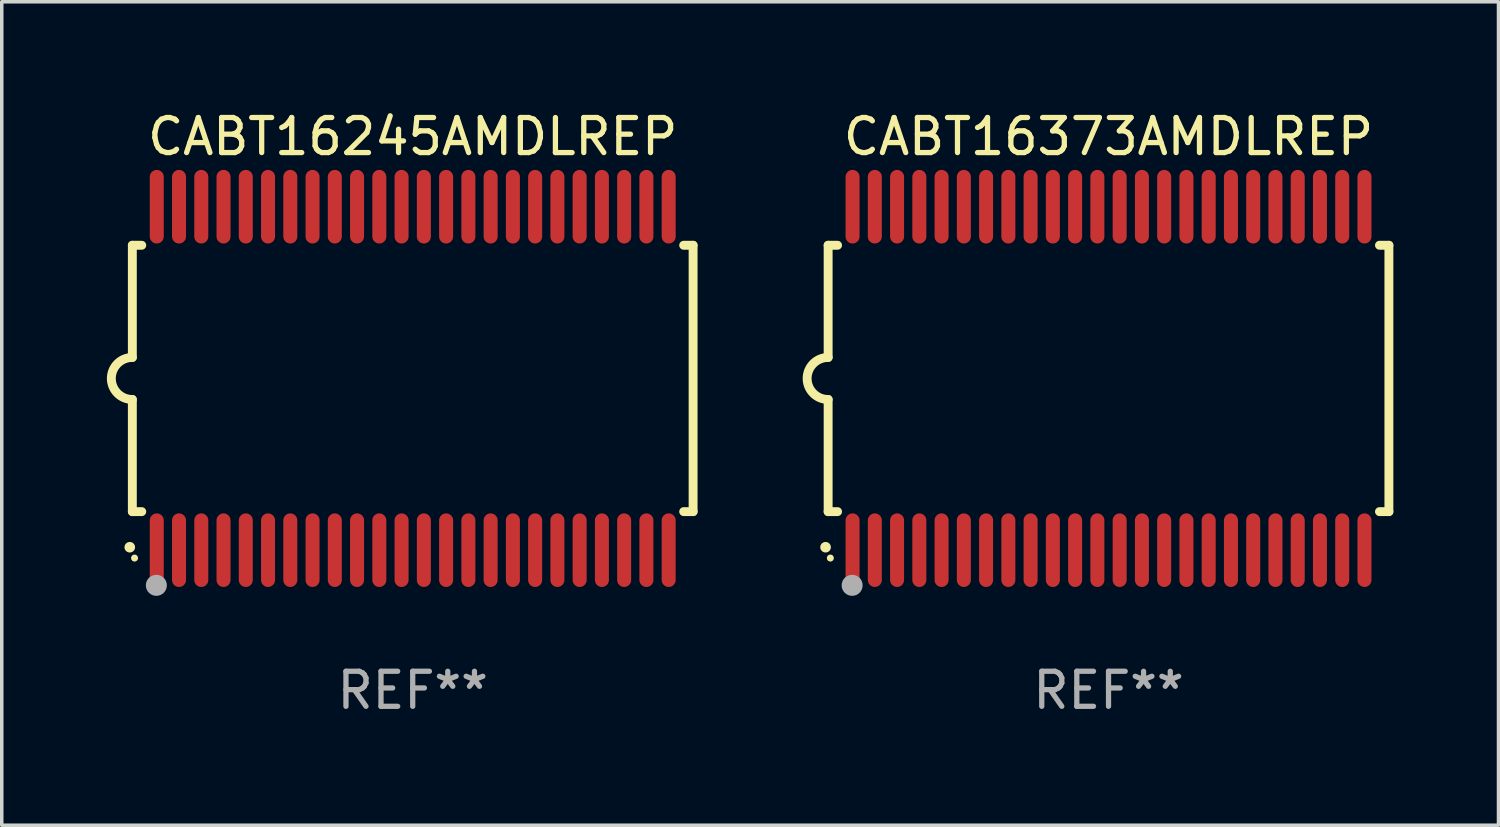
<source format=kicad_pcb>
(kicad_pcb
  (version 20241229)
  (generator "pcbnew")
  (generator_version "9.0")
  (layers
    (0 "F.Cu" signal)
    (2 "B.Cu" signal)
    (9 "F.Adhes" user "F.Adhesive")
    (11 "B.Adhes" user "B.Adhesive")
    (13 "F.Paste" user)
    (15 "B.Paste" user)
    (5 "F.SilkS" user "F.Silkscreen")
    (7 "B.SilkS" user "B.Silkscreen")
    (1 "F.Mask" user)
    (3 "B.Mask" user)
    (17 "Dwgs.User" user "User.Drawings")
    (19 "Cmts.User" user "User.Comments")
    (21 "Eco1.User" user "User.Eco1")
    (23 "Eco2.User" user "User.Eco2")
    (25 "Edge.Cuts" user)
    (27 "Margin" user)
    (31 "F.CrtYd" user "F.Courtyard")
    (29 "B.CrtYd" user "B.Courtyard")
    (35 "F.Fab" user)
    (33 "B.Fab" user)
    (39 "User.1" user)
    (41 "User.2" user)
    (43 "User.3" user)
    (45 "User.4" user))
  (footprint "CABT16245AMDLREP"
    (layer "F.Cu")
    (at 8.726 7.748)
    (property "Reference" "CABT16245AMDLREP" (at 0 -6.9 0) (layer "F.SilkS") (effects (font (size 1 1) (thickness 0.15))))
    (attr through_hole)
    (fp_line (start -8 -3.8) (end -8 -0.599) (stroke (width 0.254) (type solid)) (layer "F.SilkS"))
    (fp_line (start -8 -3.8) (end -7.731 -3.8) (stroke (width 0.254) (type solid)) (layer "F.SilkS"))
    (fp_line (start -8 3.8) (end -8 0.599) (stroke (width 0.254) (type solid)) (layer "F.SilkS"))
    (fp_line (start -7.731 3.8) (end -8 3.8) (stroke (width 0.254) (type solid)) (layer "F.SilkS"))
    (fp_line (start 7.731 -3.8) (end 8 -3.8) (stroke (width 0.254) (type solid)) (layer "F.SilkS"))
    (fp_line (start 8 -3.8) (end 8 3.8) (stroke (width 0.254) (type solid)) (layer "F.SilkS"))
    (fp_line (start 8 3.8) (end 7.731 3.8) (stroke (width 0.254) (type solid)) (layer "F.SilkS"))
    (fp_arc (start -8.074676 4.81585) (mid -8.073406 4.815845) (end -8.072136 4.81585) (stroke (width 0.3) (type solid)) (layer "F.SilkS"))
    (fp_arc (start -8.000025 0.6) (mid -8.598908 0.00056) (end -8.000027 -0.598882) (stroke (width 0.254001) (type solid)) (layer "F.SilkS"))
    (fp_circle (center -7.937 5.125) (end -7.887 5.125) (stroke (width 0.1) (type solid)) (fill no) (layer "F.SilkS"))
    (fp_circle (center -7.315 5.903) (end -7.165 5.903) (stroke (width 0.3) (type solid)) (fill no) (layer "F.Fab"))
    (fp_text user "REF**" (at 0 8.9 0) (layer "F.Fab") (effects (font (size 1 1) (thickness 0.15))))
    (pad "1" smd oval (at -7.303 4.9) (size 0.4 2.1) (layers "F.Cu" "F.Mask" "F.Paste"))
    (pad "2" smd oval (at -6.668 4.9) (size 0.4 2.1) (layers "F.Cu" "F.Mask" "F.Paste"))
    (pad "3" smd oval (at -6.033 4.9) (size 0.4 2.1) (layers "F.Cu" "F.Mask" "F.Paste"))
    (pad "4" smd oval (at -5.398 4.9) (size 0.4 2.1) (layers "F.Cu" "F.Mask" "F.Paste"))
    (pad "5" smd oval (at -4.763 4.9) (size 0.4 2.1) (layers "F.Cu" "F.Mask" "F.Paste"))
    (pad "6" smd oval (at -4.128 4.9) (size 0.4 2.1) (layers "F.Cu" "F.Mask" "F.Paste"))
    (pad "7" smd oval (at -3.493 4.9) (size 0.4 2.1) (layers "F.Cu" "F.Mask" "F.Paste"))
    (pad "8" smd oval (at -2.858 4.9) (size 0.4 2.1) (layers "F.Cu" "F.Mask" "F.Paste"))
    (pad "9" smd oval (at -2.223 4.9) (size 0.4 2.1) (layers "F.Cu" "F.Mask" "F.Paste"))
    (pad "10" smd oval (at -1.588 4.9) (size 0.4 2.1) (layers "F.Cu" "F.Mask" "F.Paste"))
    (pad "11" smd oval (at -0.953 4.9) (size 0.4 2.1) (layers "F.Cu" "F.Mask" "F.Paste"))
    (pad "12" smd oval (at -0.318 4.9) (size 0.4 2.1) (layers "F.Cu" "F.Mask" "F.Paste"))
    (pad "13" smd oval (at 0.318 4.9) (size 0.4 2.1) (layers "F.Cu" "F.Mask" "F.Paste"))
    (pad "14" smd oval (at 0.953 4.9) (size 0.4 2.1) (layers "F.Cu" "F.Mask" "F.Paste"))
    (pad "15" smd oval (at 1.588 4.9) (size 0.4 2.1) (layers "F.Cu" "F.Mask" "F.Paste"))
    (pad "16" smd oval (at 2.223 4.9) (size 0.4 2.1) (layers "F.Cu" "F.Mask" "F.Paste"))
    (pad "17" smd oval (at 2.858 4.9) (size 0.4 2.1) (layers "F.Cu" "F.Mask" "F.Paste"))
    (pad "18" smd oval (at 3.493 4.9) (size 0.4 2.1) (layers "F.Cu" "F.Mask" "F.Paste"))
    (pad "19" smd oval (at 4.128 4.9) (size 0.4 2.1) (layers "F.Cu" "F.Mask" "F.Paste"))
    (pad "20" smd oval (at 4.763 4.9) (size 0.4 2.1) (layers "F.Cu" "F.Mask" "F.Paste"))
    (pad "21" smd oval (at 5.398 4.9) (size 0.4 2.1) (layers "F.Cu" "F.Mask" "F.Paste"))
    (pad "22" smd oval (at 6.033 4.9) (size 0.4 2.1) (layers "F.Cu" "F.Mask" "F.Paste"))
    (pad "23" smd oval (at 6.668 4.9) (size 0.4 2.1) (layers "F.Cu" "F.Mask" "F.Paste"))
    (pad "24" smd oval (at 7.303 4.9) (size 0.4 2.1) (layers "F.Cu" "F.Mask" "F.Paste"))
    (pad "25" smd oval (at 7.303 -4.9 180) (size 0.4 2.1) (layers "F.Cu" "F.Mask" "F.Paste"))
    (pad "26" smd oval (at 6.668 -4.9 180) (size 0.4 2.1) (layers "F.Cu" "F.Mask" "F.Paste"))
    (pad "27" smd oval (at 6.033 -4.9 180) (size 0.4 2.1) (layers "F.Cu" "F.Mask" "F.Paste"))
    (pad "28" smd oval (at 5.398 -4.9 180) (size 0.4 2.1) (layers "F.Cu" "F.Mask" "F.Paste"))
    (pad "29" smd oval (at 4.763 -4.9 180) (size 0.4 2.1) (layers "F.Cu" "F.Mask" "F.Paste"))
    (pad "30" smd oval (at 4.128 -4.9 180) (size 0.4 2.1) (layers "F.Cu" "F.Mask" "F.Paste"))
    (pad "31" smd oval (at 3.493 -4.9 180) (size 0.4 2.1) (layers "F.Cu" "F.Mask" "F.Paste"))
    (pad "32" smd oval (at 2.858 -4.9 180) (size 0.4 2.1) (layers "F.Cu" "F.Mask" "F.Paste"))
    (pad "33" smd oval (at 2.223 -4.9 180) (size 0.4 2.1) (layers "F.Cu" "F.Mask" "F.Paste"))
    (pad "34" smd oval (at 1.588 -4.9 180) (size 0.4 2.1) (layers "F.Cu" "F.Mask" "F.Paste"))
    (pad "35" smd oval (at 0.953 -4.9 180) (size 0.4 2.1) (layers "F.Cu" "F.Mask" "F.Paste"))
    (pad "36" smd oval (at 0.318 -4.9 180) (size 0.4 2.1) (layers "F.Cu" "F.Mask" "F.Paste"))
    (pad "37" smd oval (at -0.318 -4.9 180) (size 0.4 2.1) (layers "F.Cu" "F.Mask" "F.Paste"))
    (pad "38" smd oval (at -0.953 -4.9 180) (size 0.4 2.1) (layers "F.Cu" "F.Mask" "F.Paste"))
    (pad "39" smd oval (at -1.588 -4.9 180) (size 0.4 2.1) (layers "F.Cu" "F.Mask" "F.Paste"))
    (pad "40" smd oval (at -2.223 -4.9 180) (size 0.4 2.1) (layers "F.Cu" "F.Mask" "F.Paste"))
    (pad "41" smd oval (at -2.858 -4.9 180) (size 0.4 2.1) (layers "F.Cu" "F.Mask" "F.Paste"))
    (pad "42" smd oval (at -3.493 -4.9 180) (size 0.4 2.1) (layers "F.Cu" "F.Mask" "F.Paste"))
    (pad "43" smd oval (at -4.128 -4.9 180) (size 0.4 2.1) (layers "F.Cu" "F.Mask" "F.Paste"))
    (pad "44" smd oval (at -4.763 -4.9 180) (size 0.4 2.1) (layers "F.Cu" "F.Mask" "F.Paste"))
    (pad "45" smd oval (at -5.398 -4.9 180) (size 0.4 2.1) (layers "F.Cu" "F.Mask" "F.Paste"))
    (pad "46" smd oval (at -6.033 -4.9 180) (size 0.4 2.1) (layers "F.Cu" "F.Mask" "F.Paste"))
    (pad "47" smd oval (at -6.668 -4.9 180) (size 0.4 2.1) (layers "F.Cu" "F.Mask" "F.Paste"))
    (pad "48" smd oval (at -7.303 -4.9 180) (size 0.4 2.1) (layers "F.Cu" "F.Mask" "F.Paste")))
  (footprint "CABT16373AMDLREP"
    (layer "F.Cu")
    (at 28.579 7.748)
    (property "Reference" "CABT16373AMDLREP" (at 0 -6.9 0) (layer "F.SilkS") (effects (font (size 1 1) (thickness 0.15))))
    (attr through_hole)
    (fp_line (start -8 -3.8) (end -8 -0.599) (stroke (width 0.254) (type solid)) (layer "F.SilkS"))
    (fp_line (start -8 -3.8) (end -7.731 -3.8) (stroke (width 0.254) (type solid)) (layer "F.SilkS"))
    (fp_line (start -8 3.8) (end -8 0.599) (stroke (width 0.254) (type solid)) (layer "F.SilkS"))
    (fp_line (start -7.731 3.8) (end -8 3.8) (stroke (width 0.254) (type solid)) (layer "F.SilkS"))
    (fp_line (start 7.731 -3.8) (end 8 -3.8) (stroke (width 0.254) (type solid)) (layer "F.SilkS"))
    (fp_line (start 8 -3.8) (end 8 3.8) (stroke (width 0.254) (type solid)) (layer "F.SilkS"))
    (fp_line (start 8 3.8) (end 7.731 3.8) (stroke (width 0.254) (type solid)) (layer "F.SilkS"))
    (fp_arc (start -8.074676 4.81585) (mid -8.073406 4.815845) (end -8.072136 4.81585) (stroke (width 0.3) (type solid)) (layer "F.SilkS"))
    (fp_arc (start -8.000025 0.6) (mid -8.598908 0.00056) (end -8.000027 -0.598882) (stroke (width 0.254001) (type solid)) (layer "F.SilkS"))
    (fp_circle (center -7.937 5.125) (end -7.887 5.125) (stroke (width 0.1) (type solid)) (fill no) (layer "F.SilkS"))
    (fp_circle (center -7.315 5.903) (end -7.165 5.903) (stroke (width 0.3) (type solid)) (fill no) (layer "F.Fab"))
    (fp_text user "REF**" (at 0 8.9 0) (layer "F.Fab") (effects (font (size 1 1) (thickness 0.15))))
    (pad "1" smd oval (at -7.303 4.9) (size 0.4 2.1) (layers "F.Cu" "F.Mask" "F.Paste"))
    (pad "2" smd oval (at -6.668 4.9) (size 0.4 2.1) (layers "F.Cu" "F.Mask" "F.Paste"))
    (pad "3" smd oval (at -6.033 4.9) (size 0.4 2.1) (layers "F.Cu" "F.Mask" "F.Paste"))
    (pad "4" smd oval (at -5.398 4.9) (size 0.4 2.1) (layers "F.Cu" "F.Mask" "F.Paste"))
    (pad "5" smd oval (at -4.763 4.9) (size 0.4 2.1) (layers "F.Cu" "F.Mask" "F.Paste"))
    (pad "6" smd oval (at -4.128 4.9) (size 0.4 2.1) (layers "F.Cu" "F.Mask" "F.Paste"))
    (pad "7" smd oval (at -3.493 4.9) (size 0.4 2.1) (layers "F.Cu" "F.Mask" "F.Paste"))
    (pad "8" smd oval (at -2.858 4.9) (size 0.4 2.1) (layers "F.Cu" "F.Mask" "F.Paste"))
    (pad "9" smd oval (at -2.223 4.9) (size 0.4 2.1) (layers "F.Cu" "F.Mask" "F.Paste"))
    (pad "10" smd oval (at -1.588 4.9) (size 0.4 2.1) (layers "F.Cu" "F.Mask" "F.Paste"))
    (pad "11" smd oval (at -0.953 4.9) (size 0.4 2.1) (layers "F.Cu" "F.Mask" "F.Paste"))
    (pad "12" smd oval (at -0.318 4.9) (size 0.4 2.1) (layers "F.Cu" "F.Mask" "F.Paste"))
    (pad "13" smd oval (at 0.318 4.9) (size 0.4 2.1) (layers "F.Cu" "F.Mask" "F.Paste"))
    (pad "14" smd oval (at 0.953 4.9) (size 0.4 2.1) (layers "F.Cu" "F.Mask" "F.Paste"))
    (pad "15" smd oval (at 1.588 4.9) (size 0.4 2.1) (layers "F.Cu" "F.Mask" "F.Paste"))
    (pad "16" smd oval (at 2.223 4.9) (size 0.4 2.1) (layers "F.Cu" "F.Mask" "F.Paste"))
    (pad "17" smd oval (at 2.858 4.9) (size 0.4 2.1) (layers "F.Cu" "F.Mask" "F.Paste"))
    (pad "18" smd oval (at 3.493 4.9) (size 0.4 2.1) (layers "F.Cu" "F.Mask" "F.Paste"))
    (pad "19" smd oval (at 4.128 4.9) (size 0.4 2.1) (layers "F.Cu" "F.Mask" "F.Paste"))
    (pad "20" smd oval (at 4.763 4.9) (size 0.4 2.1) (layers "F.Cu" "F.Mask" "F.Paste"))
    (pad "21" smd oval (at 5.398 4.9) (size 0.4 2.1) (layers "F.Cu" "F.Mask" "F.Paste"))
    (pad "22" smd oval (at 6.033 4.9) (size 0.4 2.1) (layers "F.Cu" "F.Mask" "F.Paste"))
    (pad "23" smd oval (at 6.668 4.9) (size 0.4 2.1) (layers "F.Cu" "F.Mask" "F.Paste"))
    (pad "24" smd oval (at 7.303 4.9) (size 0.4 2.1) (layers "F.Cu" "F.Mask" "F.Paste"))
    (pad "25" smd oval (at 7.303 -4.9 180) (size 0.4 2.1) (layers "F.Cu" "F.Mask" "F.Paste"))
    (pad "26" smd oval (at 6.668 -4.9 180) (size 0.4 2.1) (layers "F.Cu" "F.Mask" "F.Paste"))
    (pad "27" smd oval (at 6.033 -4.9 180) (size 0.4 2.1) (layers "F.Cu" "F.Mask" "F.Paste"))
    (pad "28" smd oval (at 5.398 -4.9 180) (size 0.4 2.1) (layers "F.Cu" "F.Mask" "F.Paste"))
    (pad "29" smd oval (at 4.763 -4.9 180) (size 0.4 2.1) (layers "F.Cu" "F.Mask" "F.Paste"))
    (pad "30" smd oval (at 4.128 -4.9 180) (size 0.4 2.1) (layers "F.Cu" "F.Mask" "F.Paste"))
    (pad "31" smd oval (at 3.493 -4.9 180) (size 0.4 2.1) (layers "F.Cu" "F.Mask" "F.Paste"))
    (pad "32" smd oval (at 2.858 -4.9 180) (size 0.4 2.1) (layers "F.Cu" "F.Mask" "F.Paste"))
    (pad "33" smd oval (at 2.223 -4.9 180) (size 0.4 2.1) (layers "F.Cu" "F.Mask" "F.Paste"))
    (pad "34" smd oval (at 1.588 -4.9 180) (size 0.4 2.1) (layers "F.Cu" "F.Mask" "F.Paste"))
    (pad "35" smd oval (at 0.953 -4.9 180) (size 0.4 2.1) (layers "F.Cu" "F.Mask" "F.Paste"))
    (pad "36" smd oval (at 0.318 -4.9 180) (size 0.4 2.1) (layers "F.Cu" "F.Mask" "F.Paste"))
    (pad "37" smd oval (at -0.318 -4.9 180) (size 0.4 2.1) (layers "F.Cu" "F.Mask" "F.Paste"))
    (pad "38" smd oval (at -0.953 -4.9 180) (size 0.4 2.1) (layers "F.Cu" "F.Mask" "F.Paste"))
    (pad "39" smd oval (at -1.588 -4.9 180) (size 0.4 2.1) (layers "F.Cu" "F.Mask" "F.Paste"))
    (pad "40" smd oval (at -2.223 -4.9 180) (size 0.4 2.1) (layers "F.Cu" "F.Mask" "F.Paste"))
    (pad "41" smd oval (at -2.858 -4.9 180) (size 0.4 2.1) (layers "F.Cu" "F.Mask" "F.Paste"))
    (pad "42" smd oval (at -3.493 -4.9 180) (size 0.4 2.1) (layers "F.Cu" "F.Mask" "F.Paste"))
    (pad "43" smd oval (at -4.128 -4.9 180) (size 0.4 2.1) (layers "F.Cu" "F.Mask" "F.Paste"))
    (pad "44" smd oval (at -4.763 -4.9 180) (size 0.4 2.1) (layers "F.Cu" "F.Mask" "F.Paste"))
    (pad "45" smd oval (at -5.398 -4.9 180) (size 0.4 2.1) (layers "F.Cu" "F.Mask" "F.Paste"))
    (pad "46" smd oval (at -6.033 -4.9 180) (size 0.4 2.1) (layers "F.Cu" "F.Mask" "F.Paste"))
    (pad "47" smd oval (at -6.668 -4.9 180) (size 0.4 2.1) (layers "F.Cu" "F.Mask" "F.Paste"))
    (pad "48" smd oval (at -7.303 -4.9 180) (size 0.4 2.1) (layers "F.Cu" "F.Mask" "F.Paste")))
  (gr_rect
    (start -3 -3)
    (end 39.706 20.496)
    (stroke (width 0.1) (type default))
    (fill no)
    (layer "Edge.Cuts")))
</source>
